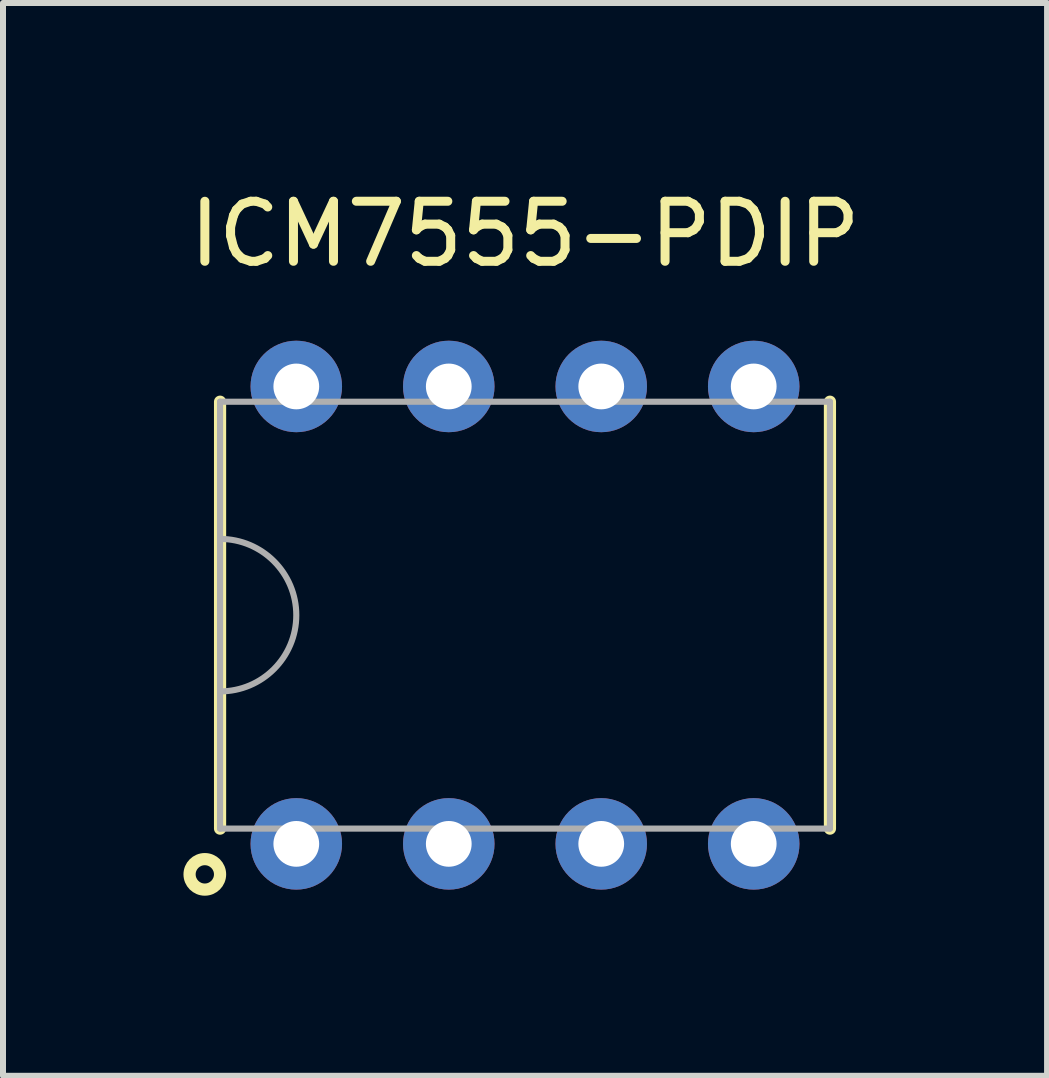
<source format=kicad_pcb>
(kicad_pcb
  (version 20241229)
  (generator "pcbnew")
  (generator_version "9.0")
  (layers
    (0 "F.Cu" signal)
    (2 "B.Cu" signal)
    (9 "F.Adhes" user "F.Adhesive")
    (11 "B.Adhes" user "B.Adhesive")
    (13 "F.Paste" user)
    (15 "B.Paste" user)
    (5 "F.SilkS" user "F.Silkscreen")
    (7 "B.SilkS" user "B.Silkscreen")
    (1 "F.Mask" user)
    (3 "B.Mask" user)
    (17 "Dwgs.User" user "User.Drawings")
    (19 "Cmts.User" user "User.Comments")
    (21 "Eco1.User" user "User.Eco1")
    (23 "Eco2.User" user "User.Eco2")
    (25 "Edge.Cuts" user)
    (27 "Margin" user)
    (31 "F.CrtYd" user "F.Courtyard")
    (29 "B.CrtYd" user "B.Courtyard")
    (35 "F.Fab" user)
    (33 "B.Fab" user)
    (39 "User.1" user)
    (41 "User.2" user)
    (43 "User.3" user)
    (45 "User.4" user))
  (footprint "ICM7555-PDIP"
    (layer "F.Cu")
    (at 5.696 7.198)
    (property "Reference" "ICM7555-PDIP" (at 0 -6.35 0) (layer "F.SilkS") (effects (font (size 1 1) (thickness 0.15))))
    (attr through_hole)
    (fp_line (start -5.08 3.556) (end -5.08 -3.556) (stroke (width 0.203) (type solid)) (layer "F.SilkS"))
    (fp_line (start 5.08 3.556) (end 5.08 -3.556) (stroke (width 0.203) (type solid)) (layer "F.SilkS"))
    (fp_circle (center -5.334 4.318) (end -5.08 4.318) (stroke (width 0.203) (type solid)) (fill no) (layer "F.SilkS"))
    (fp_line (start -5.08 -3.556) (end -5.08 3.556) (stroke (width 0.102) (type solid)) (layer "F.Fab"))
    (fp_line (start -5.08 -3.556) (end 5.08 -3.556) (stroke (width 0.102) (type solid)) (layer "F.Fab"))
    (fp_line (start -5.08 3.556) (end 5.08 3.556) (stroke (width 0.102) (type solid)) (layer "F.Fab"))
    (fp_line (start 5.08 -3.556) (end 5.08 3.556) (stroke (width 0.102) (type solid)) (layer "F.Fab"))
    (fp_arc (start -5.08 -1.27) (mid -3.81 0) (end -5.08 1.27) (stroke (width 0.1016) (type solid)) (layer "F.Fab"))
    (pad "1" thru_hole circle (at -3.81 3.81) (size 1.524 1.524) (drill 0.762) (layers "*.Cu" "*.Mask"))
    (pad "2" thru_hole circle (at -1.27 3.81) (size 1.524 1.524) (drill 0.762) (layers "*.Cu" "*.Mask"))
    (pad "3" thru_hole circle (at 1.27 3.81) (size 1.524 1.524) (drill 0.762) (layers "*.Cu" "*.Mask"))
    (pad "4" thru_hole circle (at 3.81 3.81) (size 1.524 1.524) (drill 0.762) (layers "*.Cu" "*.Mask"))
    (pad "5" thru_hole circle (at 3.81 -3.81) (size 1.524 1.524) (drill 0.762) (layers "*.Cu" "*.Mask"))
    (pad "6" thru_hole circle (at 1.27 -3.81) (size 1.524 1.524) (drill 0.762) (layers "*.Cu" "*.Mask"))
    (pad "7" thru_hole circle (at -1.27 -3.81) (size 1.524 1.524) (drill 0.762) (layers "*.Cu" "*.Mask"))
    (pad "8" thru_hole circle (at -3.81 -3.81) (size 1.524 1.524) (drill 0.762) (layers "*.Cu" "*.Mask")))
  (gr_rect
    (start -3 -3)
    (end 14.393 14.872)
    (stroke (width 0.1) (type default))
    (fill no)
    (layer "Edge.Cuts")))
</source>
